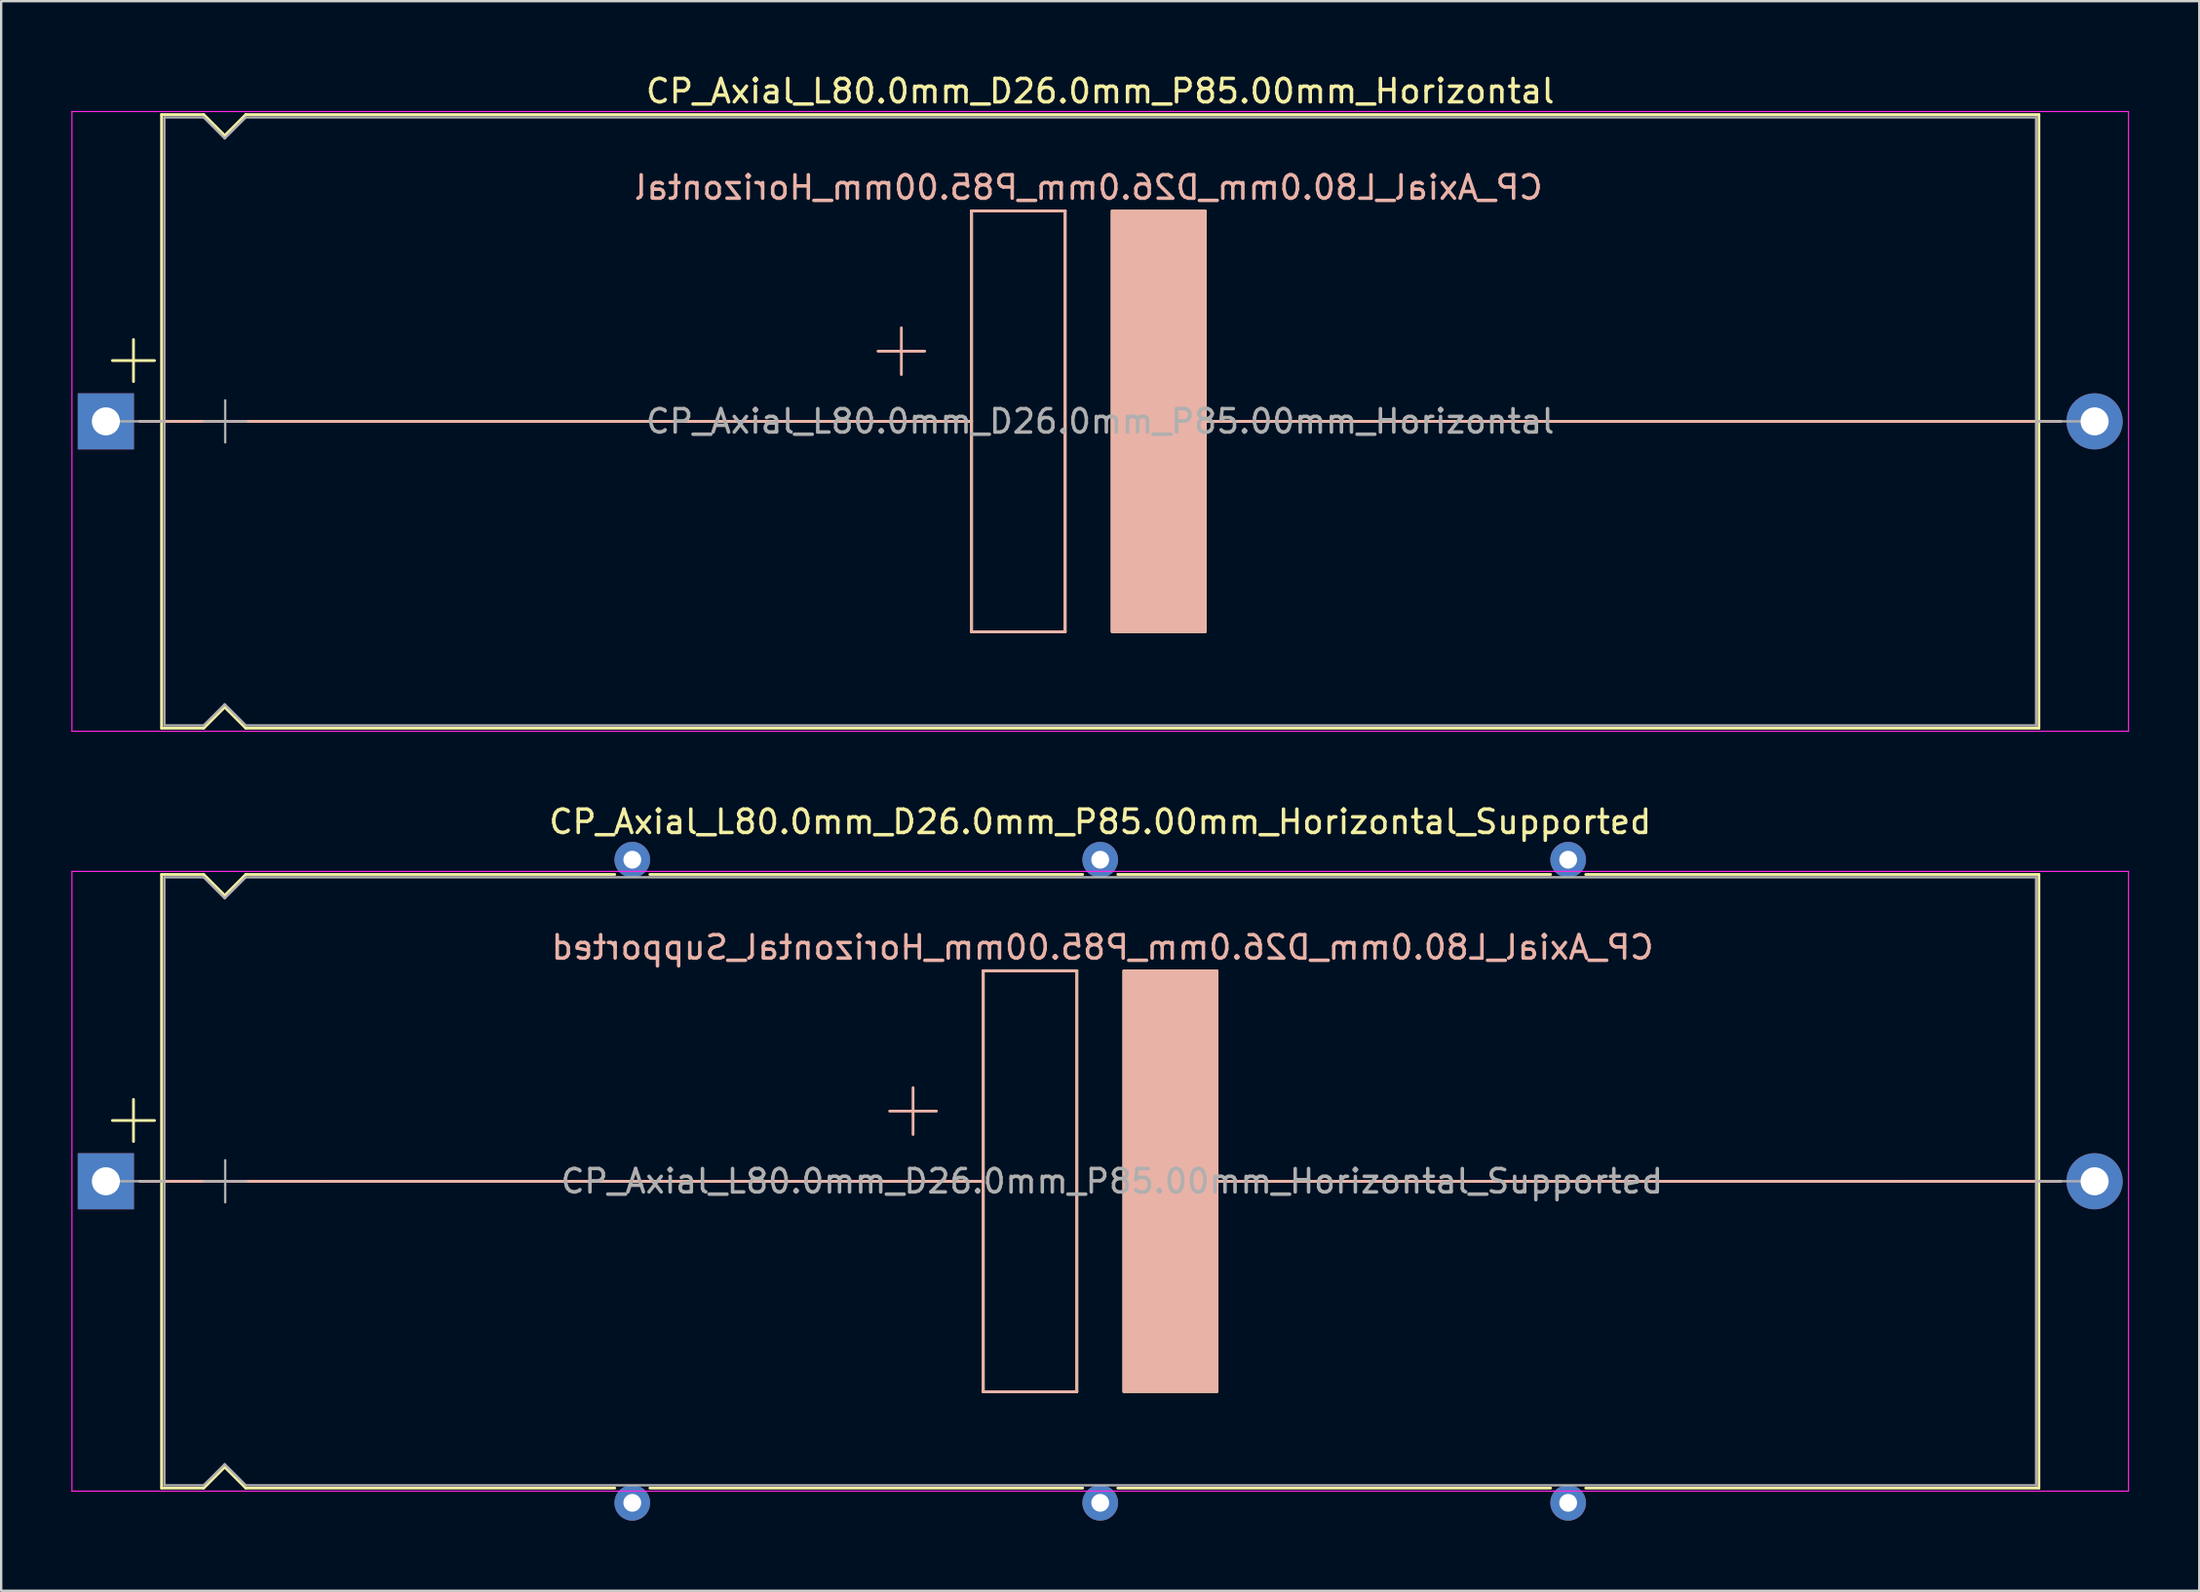
<source format=kicad_pcb>
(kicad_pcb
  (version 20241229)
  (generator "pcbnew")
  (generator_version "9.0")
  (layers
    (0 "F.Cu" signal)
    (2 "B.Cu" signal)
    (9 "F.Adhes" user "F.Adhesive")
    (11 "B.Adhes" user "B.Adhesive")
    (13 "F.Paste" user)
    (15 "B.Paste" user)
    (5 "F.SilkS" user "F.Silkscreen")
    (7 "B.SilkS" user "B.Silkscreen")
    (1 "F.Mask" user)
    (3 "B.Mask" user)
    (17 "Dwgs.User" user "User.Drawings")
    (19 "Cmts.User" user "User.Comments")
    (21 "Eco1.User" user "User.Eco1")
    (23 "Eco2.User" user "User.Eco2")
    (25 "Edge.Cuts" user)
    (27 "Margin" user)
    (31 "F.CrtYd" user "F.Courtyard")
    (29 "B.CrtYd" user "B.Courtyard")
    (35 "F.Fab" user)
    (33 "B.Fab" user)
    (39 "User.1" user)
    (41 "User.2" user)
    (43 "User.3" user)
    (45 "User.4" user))
  (footprint "CP_Axial_L80.0mm_D26.0mm_P85.00mm_Horizontal"
    (layer "F.Cu")
    (at 1.475 14.968)
    (property "Reference" "CP_Axial_L80.0mm_D26.0mm_P85.00mm_Horizontal" (at 42.5 -14.12 0) (layer "F.SilkS") (effects (font (size 1 1) (thickness 0.15))))
    (fp_line (start 0.28 -2.6) (end 2.08 -2.6) (stroke (width 0.12) (type solid)) (layer "F.SilkS"))
    (fp_line (start 1.18 -3.5) (end 1.18 -1.7) (stroke (width 0.12) (type solid)) (layer "F.SilkS"))
    (fp_line (start 1.44 0) (end 2.38 0) (stroke (width 0.12) (type solid)) (layer "F.SilkS"))
    (fp_line (start 2.38 -13.12) (end 2.38 13.12) (stroke (width 0.12) (type solid)) (layer "F.SilkS"))
    (fp_line (start 2.38 -13.12) (end 4.18 -13.12) (stroke (width 0.12) (type solid)) (layer "F.SilkS"))
    (fp_line (start 2.38 0) (end 37 0) (stroke (width 0.12) (type solid)) (layer "F.SilkS"))
    (fp_line (start 2.38 13.12) (end 4.18 13.12) (stroke (width 0.12) (type solid)) (layer "F.SilkS"))
    (fp_line (start 4.18 -13.12) (end 5.08 -12.22) (stroke (width 0.12) (type solid)) (layer "F.SilkS"))
    (fp_line (start 4.18 13.12) (end 5.08 12.22) (stroke (width 0.12) (type solid)) (layer "F.SilkS"))
    (fp_line (start 5.08 -12.22) (end 5.98 -13.12) (stroke (width 0.12) (type solid)) (layer "F.SilkS"))
    (fp_line (start 5.08 12.22) (end 5.98 13.12) (stroke (width 0.12) (type solid)) (layer "F.SilkS"))
    (fp_line (start 5.98 -13.12) (end 82.62 -13.12) (stroke (width 0.12) (type solid)) (layer "F.SilkS"))
    (fp_line (start 5.98 13.12) (end 82.62 13.12) (stroke (width 0.12) (type solid)) (layer "F.SilkS"))
    (fp_line (start 37 -9) (end 41 -9) (stroke (width 0.12) (type solid)) (layer "F.SilkS"))
    (fp_line (start 37 9) (end 37 -9) (stroke (width 0.12) (type solid)) (layer "F.SilkS"))
    (fp_line (start 41 -9) (end 41 9) (stroke (width 0.12) (type solid)) (layer "F.SilkS"))
    (fp_line (start 41 9) (end 37 9) (stroke (width 0.12) (type solid)) (layer "F.SilkS"))
    (fp_line (start 47 0) (end 82.62 0) (stroke (width 0.12) (type solid)) (layer "F.SilkS"))
    (fp_line (start 82.62 -13.12) (end 82.62 13.12) (stroke (width 0.12) (type solid)) (layer "F.SilkS"))
    (fp_line (start 83.56 0) (end 82.62 0) (stroke (width 0.12) (type solid)) (layer "F.SilkS"))
    (fp_poly (pts (xy 47 9) (xy 43 9) (xy 43 -9) (xy 47 -9)) (stroke (width 0.1) (type solid)) (fill yes) (layer "F.SilkS"))
    (fp_line (start 1.5 0) (end 8.88 0) (stroke (width 0.12) (type solid)) (layer "B.SilkS"))
    (fp_line (start 8.88 0) (end 37 0) (stroke (width 0.12) (type solid)) (layer "B.SilkS"))
    (fp_line (start 34 -2) (end 34 -4) (stroke (width 0.12) (type solid)) (layer "B.SilkS"))
    (fp_line (start 35 -3) (end 33 -3) (stroke (width 0.12) (type solid)) (layer "B.SilkS"))
    (fp_line (start 37 -9) (end 41 -9) (stroke (width 0.12) (type solid)) (layer "B.SilkS"))
    (fp_line (start 37 9) (end 37 -9) (stroke (width 0.12) (type solid)) (layer "B.SilkS"))
    (fp_line (start 41 -9) (end 41 9) (stroke (width 0.12) (type solid)) (layer "B.SilkS"))
    (fp_line (start 41 9) (end 37 9) (stroke (width 0.12) (type solid)) (layer "B.SilkS"))
    (fp_line (start 47 0) (end 76.12 0) (stroke (width 0.12) (type solid)) (layer "B.SilkS"))
    (fp_line (start 83.5 0) (end 76.12 0) (stroke (width 0.12) (type solid)) (layer "B.SilkS"))
    (fp_poly (pts (xy 47 9) (xy 43 9) (xy 43 -9) (xy 47 -9)) (stroke (width 0.1) (type solid)) (fill yes) (layer "B.SilkS"))
    (fp_line (start -1.45 -13.25) (end -1.45 13.25) (stroke (width 0.05) (type solid)) (layer "F.CrtYd"))
    (fp_line (start -1.45 13.25) (end 86.45 13.25) (stroke (width 0.05) (type solid)) (layer "F.CrtYd"))
    (fp_line (start 86.45 -13.25) (end -1.45 -13.25) (stroke (width 0.05) (type solid)) (layer "F.CrtYd"))
    (fp_line (start 86.45 13.25) (end 86.45 -13.25) (stroke (width 0.05) (type solid)) (layer "F.CrtYd"))
    (fp_line (start 0 0) (end 2.5 0) (stroke (width 0.1) (type solid)) (layer "F.Fab"))
    (fp_line (start 2.5 -13) (end 2.5 13) (stroke (width 0.1) (type solid)) (layer "F.Fab"))
    (fp_line (start 2.5 -13) (end 4.18 -13) (stroke (width 0.1) (type solid)) (layer "F.Fab"))
    (fp_line (start 2.5 13) (end 4.18 13) (stroke (width 0.1) (type solid)) (layer "F.Fab"))
    (fp_line (start 4.18 -13) (end 5.08 -12.1) (stroke (width 0.1) (type solid)) (layer "F.Fab"))
    (fp_line (start 4.18 13) (end 5.08 12.1) (stroke (width 0.1) (type solid)) (layer "F.Fab"))
    (fp_line (start 4.2 0) (end 6 0) (stroke (width 0.1) (type solid)) (layer "F.Fab"))
    (fp_line (start 5.08 -12.1) (end 5.98 -13) (stroke (width 0.1) (type solid)) (layer "F.Fab"))
    (fp_line (start 5.08 12.1) (end 5.98 13) (stroke (width 0.1) (type solid)) (layer "F.Fab"))
    (fp_line (start 5.1 -0.9) (end 5.1 0.9) (stroke (width 0.1) (type solid)) (layer "F.Fab"))
    (fp_line (start 5.98 -13) (end 82.5 -13) (stroke (width 0.1) (type solid)) (layer "F.Fab"))
    (fp_line (start 5.98 13) (end 82.5 13) (stroke (width 0.1) (type solid)) (layer "F.Fab"))
    (fp_line (start 82.5 -13) (end 82.5 13) (stroke (width 0.1) (type solid)) (layer "F.Fab"))
    (fp_line (start 85 0) (end 82.5 0) (stroke (width 0.1) (type solid)) (layer "F.Fab"))
    (fp_text user "${REFERENCE}" (at 42 -10 0) (layer "B.SilkS") (effects (font (size 1 1) (thickness 0.15)) (justify mirror)))
    (fp_text user "${REFERENCE}" (at 42.5 0 0) (layer "F.Fab") (effects (font (size 1 1) (thickness 0.15))))
    (pad "1" thru_hole rect (at 0 0) (size 2.4 2.4) (drill 1.2) (layers "*.Cu" "*.Mask"))
    (pad "2" thru_hole oval (at 85 0) (size 2.4 2.4) (drill 1.2) (layers "*.Cu" "*.Mask")))
  (footprint "CP_Axial_L80.0mm_D26.0mm_P85.00mm_Horizontal_Supported"
    (layer "F.Cu")
    (at 1.475 47.462)
    (property "Reference" "CP_Axial_L80.0mm_D26.0mm_P85.00mm_Horizontal_Supported" (at 42.5 -15.37 0) (layer "F.SilkS") (effects (font (size 1 1) (thickness 0.15))))
    (fp_line (start 0.28 -2.6) (end 2.08 -2.6) (stroke (width 0.12) (type solid)) (layer "F.SilkS"))
    (fp_line (start 1.18 -3.5) (end 1.18 -1.7) (stroke (width 0.12) (type solid)) (layer "F.SilkS"))
    (fp_line (start 1.44 0) (end 2.38 0) (stroke (width 0.12) (type solid)) (layer "F.SilkS"))
    (fp_line (start 2.38 -13.12) (end 2.38 13.12) (stroke (width 0.12) (type solid)) (layer "F.SilkS"))
    (fp_line (start 2.38 -13.12) (end 4.18 -13.12) (stroke (width 0.12) (type solid)) (layer "F.SilkS"))
    (fp_line (start 2.38 0) (end 37.5 0) (stroke (width 0.12) (type solid)) (layer "F.SilkS"))
    (fp_line (start 2.38 13.12) (end 4.18 13.12) (stroke (width 0.12) (type solid)) (layer "F.SilkS"))
    (fp_line (start 4.18 -13.12) (end 5.08 -12.22) (stroke (width 0.12) (type solid)) (layer "F.SilkS"))
    (fp_line (start 4.18 13.12) (end 5.08 12.22) (stroke (width 0.12) (type solid)) (layer "F.SilkS"))
    (fp_line (start 5.08 -12.22) (end 5.98 -13.12) (stroke (width 0.12) (type solid)) (layer "F.SilkS"))
    (fp_line (start 5.08 12.22) (end 5.98 13.12) (stroke (width 0.12) (type solid)) (layer "F.SilkS"))
    (fp_line (start 5.98 -13.12) (end 21.75 -13.12) (stroke (width 0.12) (type solid)) (layer "F.SilkS"))
    (fp_line (start 5.98 13.12) (end 21.75 13.12) (stroke (width 0.12) (type solid)) (layer "F.SilkS"))
    (fp_line (start 23.25 -13.12) (end 41.75 -13.12) (stroke (width 0.12) (type solid)) (layer "F.SilkS"))
    (fp_line (start 23.25 13.12) (end 41.75 13.12) (stroke (width 0.12) (type solid)) (layer "F.SilkS"))
    (fp_line (start 37.5 -9) (end 41.5 -9) (stroke (width 0.12) (type solid)) (layer "F.SilkS"))
    (fp_line (start 37.5 9) (end 37.5 -9) (stroke (width 0.12) (type solid)) (layer "F.SilkS"))
    (fp_line (start 41.5 -9) (end 41.5 9) (stroke (width 0.12) (type solid)) (layer "F.SilkS"))
    (fp_line (start 41.5 9) (end 37.5 9) (stroke (width 0.12) (type solid)) (layer "F.SilkS"))
    (fp_line (start 43.25 -13.12) (end 61.75 -13.12) (stroke (width 0.12) (type solid)) (layer "F.SilkS"))
    (fp_line (start 43.25 13.12) (end 61.75 13.12) (stroke (width 0.12) (type solid)) (layer "F.SilkS"))
    (fp_line (start 47 0) (end 82.62 0) (stroke (width 0.12) (type solid)) (layer "F.SilkS"))
    (fp_line (start 63.25 -13.12) (end 82.62 -13.12) (stroke (width 0.12) (type solid)) (layer "F.SilkS"))
    (fp_line (start 63.25 13.12) (end 82.62 13.12) (stroke (width 0.12) (type solid)) (layer "F.SilkS"))
    (fp_line (start 82.62 -13.12) (end 82.62 13.12) (stroke (width 0.12) (type solid)) (layer "F.SilkS"))
    (fp_line (start 83.56 0) (end 82.62 0) (stroke (width 0.12) (type solid)) (layer "F.SilkS"))
    (fp_poly (pts (xy 47.5 9) (xy 43.5 9) (xy 43.5 -9) (xy 47.5 -9)) (stroke (width 0.1) (type solid)) (fill yes) (layer "F.SilkS"))
    (fp_line (start 1.5 0) (end 9.38 0) (stroke (width 0.12) (type solid)) (layer "B.SilkS"))
    (fp_line (start 9.38 0) (end 37.5 0) (stroke (width 0.12) (type solid)) (layer "B.SilkS"))
    (fp_line (start 34.5 -2) (end 34.5 -4) (stroke (width 0.12) (type solid)) (layer "B.SilkS"))
    (fp_line (start 35.5 -3) (end 33.5 -3) (stroke (width 0.12) (type solid)) (layer "B.SilkS"))
    (fp_line (start 37.5 -9) (end 41.5 -9) (stroke (width 0.12) (type solid)) (layer "B.SilkS"))
    (fp_line (start 37.5 9) (end 37.5 -9) (stroke (width 0.12) (type solid)) (layer "B.SilkS"))
    (fp_line (start 41.5 -9) (end 41.5 9) (stroke (width 0.12) (type solid)) (layer "B.SilkS"))
    (fp_line (start 41.5 9) (end 37.5 9) (stroke (width 0.12) (type solid)) (layer "B.SilkS"))
    (fp_line (start 47.5 0) (end 76.62 0) (stroke (width 0.12) (type solid)) (layer "B.SilkS"))
    (fp_line (start 83.5 0) (end 76.62 0) (stroke (width 0.12) (type solid)) (layer "B.SilkS"))
    (fp_poly (pts (xy 47.5 9) (xy 43.5 9) (xy 43.5 -9) (xy 47.5 -9)) (stroke (width 0.1) (type solid)) (fill yes) (layer "B.SilkS"))
    (fp_line (start -1.45 -13.25) (end -1.45 13.25) (stroke (width 0.05) (type solid)) (layer "F.CrtYd"))
    (fp_line (start -1.45 13.25) (end 86.45 13.25) (stroke (width 0.05) (type solid)) (layer "F.CrtYd"))
    (fp_line (start 86.45 -13.25) (end -1.45 -13.25) (stroke (width 0.05) (type solid)) (layer "F.CrtYd"))
    (fp_line (start 86.45 13.25) (end 86.45 -13.25) (stroke (width 0.05) (type solid)) (layer "F.CrtYd"))
    (fp_line (start 0 0) (end 2.5 0) (stroke (width 0.1) (type solid)) (layer "F.Fab"))
    (fp_line (start 2.5 -13) (end 2.5 13) (stroke (width 0.1) (type solid)) (layer "F.Fab"))
    (fp_line (start 2.5 -13) (end 4.18 -13) (stroke (width 0.1) (type solid)) (layer "F.Fab"))
    (fp_line (start 2.5 13) (end 4.18 13) (stroke (width 0.1) (type solid)) (layer "F.Fab"))
    (fp_line (start 4.18 -13) (end 5.08 -12.1) (stroke (width 0.1) (type solid)) (layer "F.Fab"))
    (fp_line (start 4.18 13) (end 5.08 12.1) (stroke (width 0.1) (type solid)) (layer "F.Fab"))
    (fp_line (start 4.2 0) (end 6 0) (stroke (width 0.1) (type solid)) (layer "F.Fab"))
    (fp_line (start 5.08 -12.1) (end 5.98 -13) (stroke (width 0.1) (type solid)) (layer "F.Fab"))
    (fp_line (start 5.08 12.1) (end 5.98 13) (stroke (width 0.1) (type solid)) (layer "F.Fab"))
    (fp_line (start 5.1 -0.9) (end 5.1 0.9) (stroke (width 0.1) (type solid)) (layer "F.Fab"))
    (fp_line (start 5.98 -13) (end 82.5 -13) (stroke (width 0.1) (type solid)) (layer "F.Fab"))
    (fp_line (start 5.98 13) (end 82.5 13) (stroke (width 0.1) (type solid)) (layer "F.Fab"))
    (fp_line (start 82.5 -13) (end 82.5 13) (stroke (width 0.1) (type solid)) (layer "F.Fab"))
    (fp_line (start 85 0) (end 82.5 0) (stroke (width 0.1) (type solid)) (layer "F.Fab"))
    (fp_text user "${REFERENCE}" (at 42.6 -10 0) (layer "B.SilkS") (effects (font (size 1 1) (thickness 0.15)) (justify mirror)))
    (fp_text user "${REFERENCE}" (at 43 0 0) (layer "F.Fab") (effects (font (size 1 1) (thickness 0.15))))
    (pad "" thru_hole circle (at 22.5 -13.75) (size 1.524 1.524) (drill 0.762) (layers "*.Cu" "*.Mask"))
    (pad "" thru_hole circle (at 22.5 13.75) (size 1.524 1.524) (drill 0.762) (layers "*.Cu" "*.Mask"))
    (pad "" thru_hole circle (at 42.5 -13.75) (size 1.524 1.524) (drill 0.762) (layers "*.Cu" "*.Mask"))
    (pad "" thru_hole circle (at 42.5 13.75) (size 1.524 1.524) (drill 0.762) (layers "*.Cu" "*.Mask"))
    (pad "" thru_hole circle (at 62.5 -13.75) (size 1.524 1.524) (drill 0.762) (layers "*.Cu" "*.Mask"))
    (pad "" thru_hole circle (at 62.5 13.75) (size 1.524 1.524) (drill 0.762) (layers "*.Cu" "*.Mask"))
    (pad "1" thru_hole rect (at 0 0) (size 2.4 2.4) (drill 1.2) (layers "*.Cu" "*.Mask"))
    (pad "2" thru_hole oval (at 85 0) (size 2.4 2.4) (drill 1.2) (layers "*.Cu" "*.Mask")))
  (gr_rect
    (start -3 -3)
    (end 90.95 64.974)
    (stroke (width 0.1) (type default))
    (fill no)
    (layer "Edge.Cuts")))
</source>
